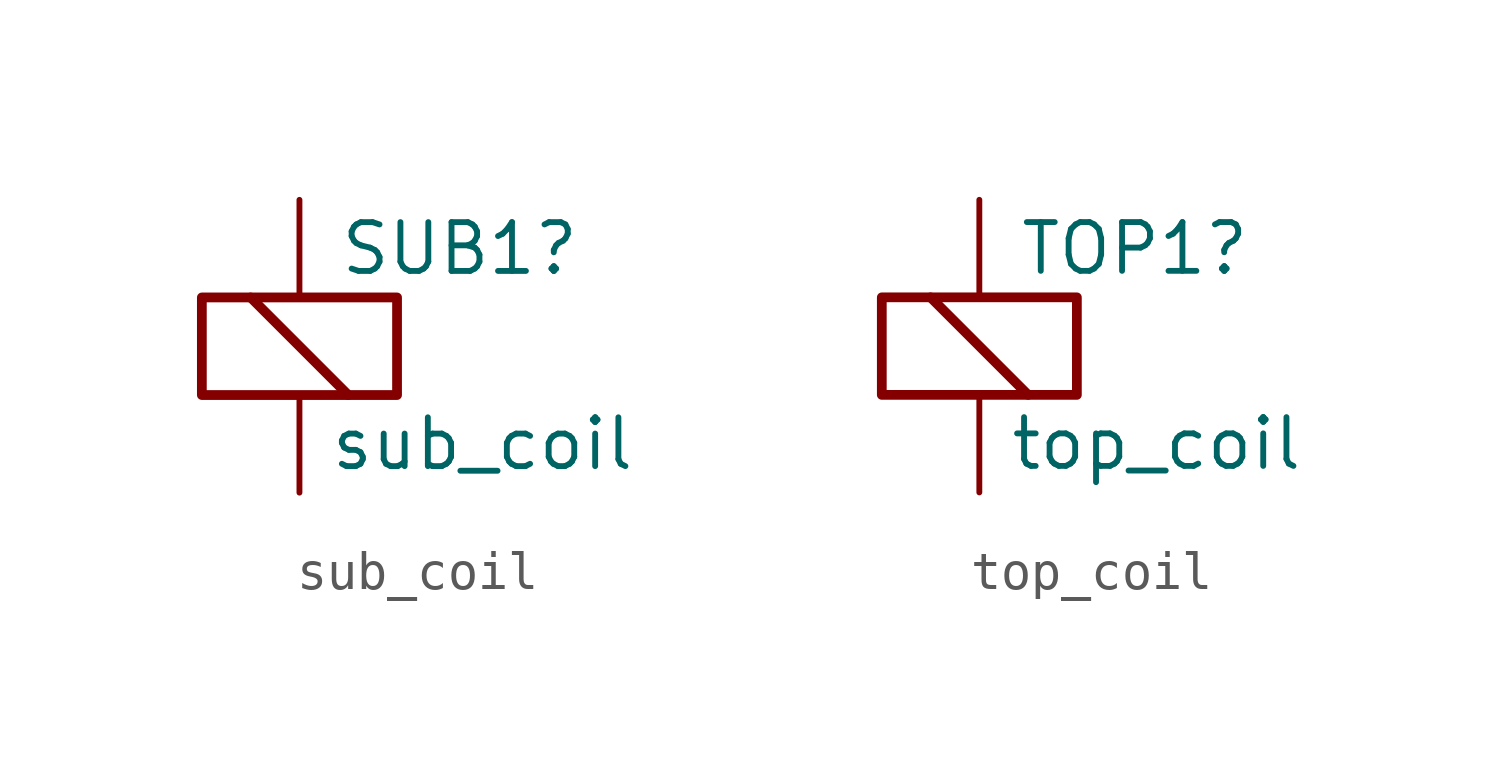
<source format=kicad_sym>
(kicad_symbol_lib
  (version 20231120)
  (generator "kicad_symbol_editor")
  (generator_version "8.0")
  (symbol "sub_coil"
    (pin_numbers hide)
    (pin_names
      (offset 0.025) hide)
    (property "Reference" "SUB1"
      (at 1.016 2.54 0)
      (effects (font (size 1.27 1.27)) (justify left)))
    (property "Value" "sub_coil"
      (at 0.762 -2.54 0)
      (effects (font (size 1.27 1.27)) (justify left)))
    (symbol "sub_coil_0_1"
      (rectangle (start -2.54 1.27) (end 2.54 -1.27) (stroke (width 0.254) (type default)) (fill (type none)))
      (polyline (pts (xy -1.27 1.27) (xy 1.27 -1.27)) (stroke (width 0.254) (type default)) (fill (type none))))
    (symbol "sub_coil_1_1"
      (pin passive line (at 0 3.81 270) (length 2.54) (name "A" (effects (font (size 1.27 1.27)))) (number "1" (effects (font (size 1.27 1.27)))))
      (pin passive line (at 0 -3.81 90) (length 2.54) (name "B" (effects (font (size 1.27 1.27)))) (number "2" (effects (font (size 1.27 1.27)))))))
  (symbol "top_coil"
    (pin_numbers hide)
    (pin_names
      (offset 0.025) hide)
    (property "Reference" "TOP1"
      (at 1.016 2.54 0)
      (effects (font (size 1.27 1.27)) (justify left)))
    (property "Value" "top_coil"
      (at 0.762 -2.54 0)
      (effects (font (size 1.27 1.27)) (justify left)))
    (symbol "top_coil_0_1"
      (rectangle (start -2.54 1.27) (end 2.54 -1.27) (stroke (width 0.254) (type default)) (fill (type none)))
      (polyline (pts (xy -1.27 1.27) (xy 1.27 -1.27)) (stroke (width 0.254) (type default)) (fill (type none))))
    (symbol "top_coil_1_1"
      (pin passive line (at 0 3.81 270) (length 2.54) (name "A" (effects (font (size 1.27 1.27)))) (number "1" (effects (font (size 1.27 1.27)))))
      (pin passive line (at 0 -3.81 90) (length 2.54) (name "B" (effects (font (size 1.27 1.27)))) (number "2" (effects (font (size 1.27 1.27))))))))
</source>
